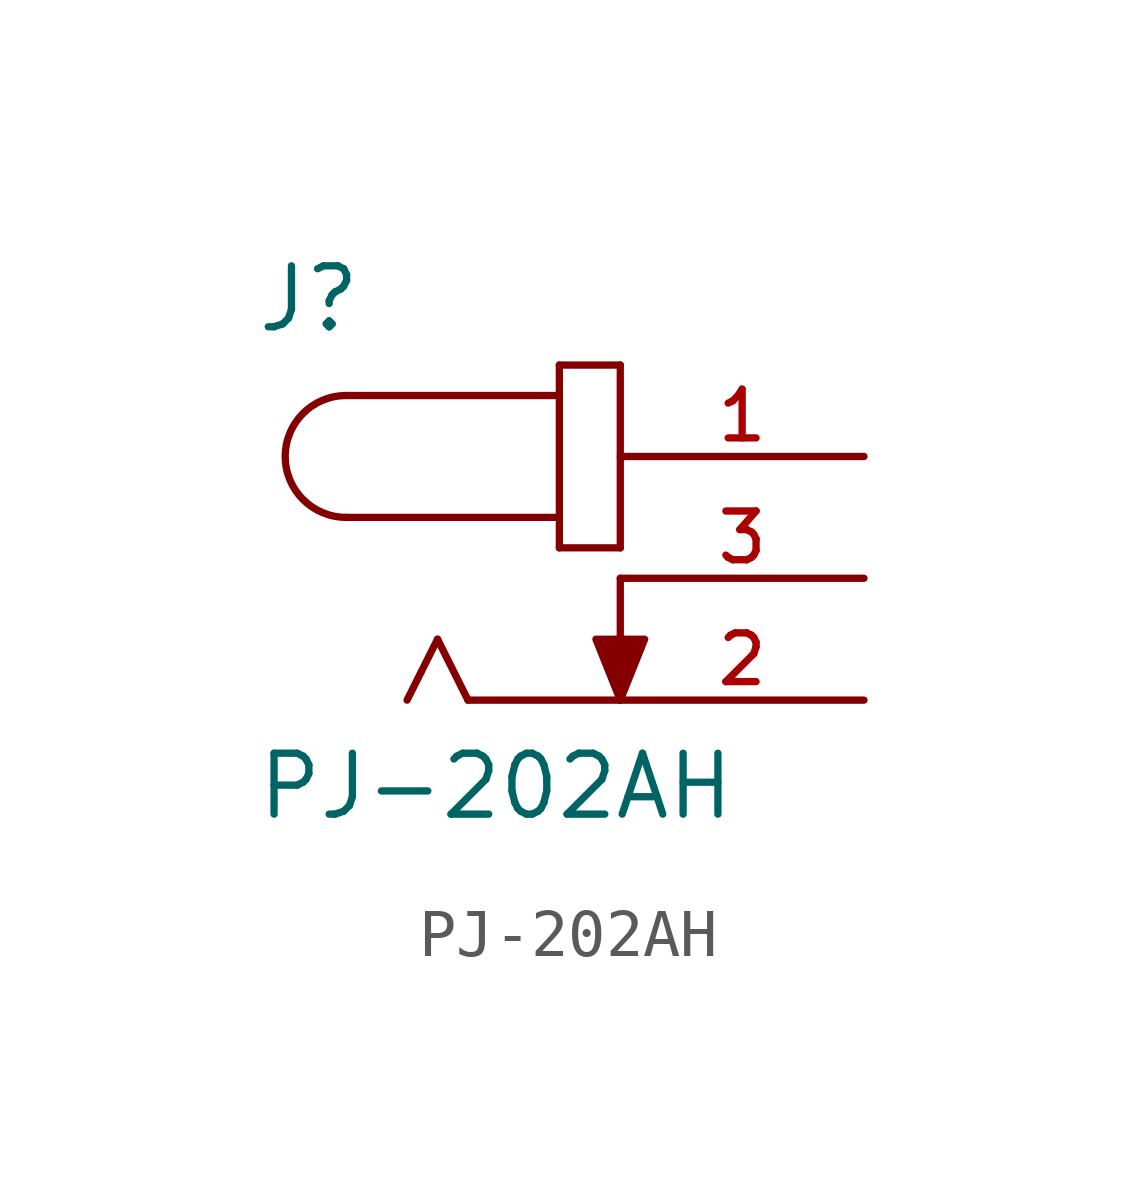
<source format=kicad_sym>
(kicad_symbol_lib
  (version 20220914)
  (generator kicad_symbol_editor)
  (symbol "PJ-202AH"
    (pin_names
      (offset 1.016))
    (property "Reference" "J"
      (at -7.62 5.08 0)
      (effects (font (size 1.27 1.27)) (justify left bottom)))
    (property "Value" "PJ-202AH"
      (at -7.62 -5.08 0)
      (effects (font (size 1.27 1.27)) (justify left bottom)))
    (symbol "PJ-202AH_0_0"
      (arc (start -5.715 3.81) (mid -6.9795 2.54) (end -5.715 1.27) (stroke (width 0.1524) (type default)) (fill (type none)))
      (polyline (pts (xy -5.715 3.81) (xy -1.27 3.81)) (stroke (width 0.152) (type default)) (fill (type none)))
      (polyline (pts (xy -3.81 -1.27) (xy -4.445 -2.54)) (stroke (width 0.152) (type default)) (fill (type none)))
      (polyline (pts (xy -3.175 -2.54) (xy -3.81 -1.27)) (stroke (width 0.152) (type default)) (fill (type none)))
      (polyline (pts (xy -1.27 0.635) (xy 0 0.635)) (stroke (width 0.152) (type default)) (fill (type none)))
      (polyline (pts (xy -1.27 1.27) (xy -5.715 1.27)) (stroke (width 0.152) (type default)) (fill (type none)))
      (polyline (pts (xy -1.27 1.27) (xy -1.27 0.635)) (stroke (width 0.152) (type default)) (fill (type none)))
      (polyline (pts (xy -1.27 3.81) (xy -1.27 1.27)) (stroke (width 0.152) (type default)) (fill (type none)))
      (polyline (pts (xy -1.27 4.445) (xy -1.27 3.81)) (stroke (width 0.152) (type default)) (fill (type none)))
      (polyline (pts (xy 0 -2.54) (xy -3.175 -2.54)) (stroke (width 0.152) (type default)) (fill (type none)))
      (polyline (pts (xy 0 0) (xy 0 -2.54)) (stroke (width 0.152) (type default)) (fill (type none)))
      (polyline (pts (xy 0 0.635) (xy 0 4.445)) (stroke (width 0.152) (type default)) (fill (type none)))
      (polyline (pts (xy 0 4.445) (xy -1.27 4.445)) (stroke (width 0.152) (type default)) (fill (type none)))
      (polyline (pts (xy 0 -2.54) (xy -0.508 -1.27) (xy 0.508 -1.27) (xy 0 -2.54)) (stroke (width 0.152) (type default)) (fill (type outline)))
      (pin passive line (at 5.08 2.54 180) (length 5.08) (name "~" (effects (font (size 1.016 1.016)))) (number "1" (effects (font (size 1.016 1.016)))))
      (pin passive line (at 5.08 -2.54 180) (length 5.08) (name "~" (effects (font (size 1.016 1.016)))) (number "2" (effects (font (size 1.016 1.016)))))
      (pin passive line (at 5.08 0 180) (length 5.08) (name "~" (effects (font (size 1.016 1.016)))) (number "3" (effects (font (size 1.016 1.016))))))))
</source>
